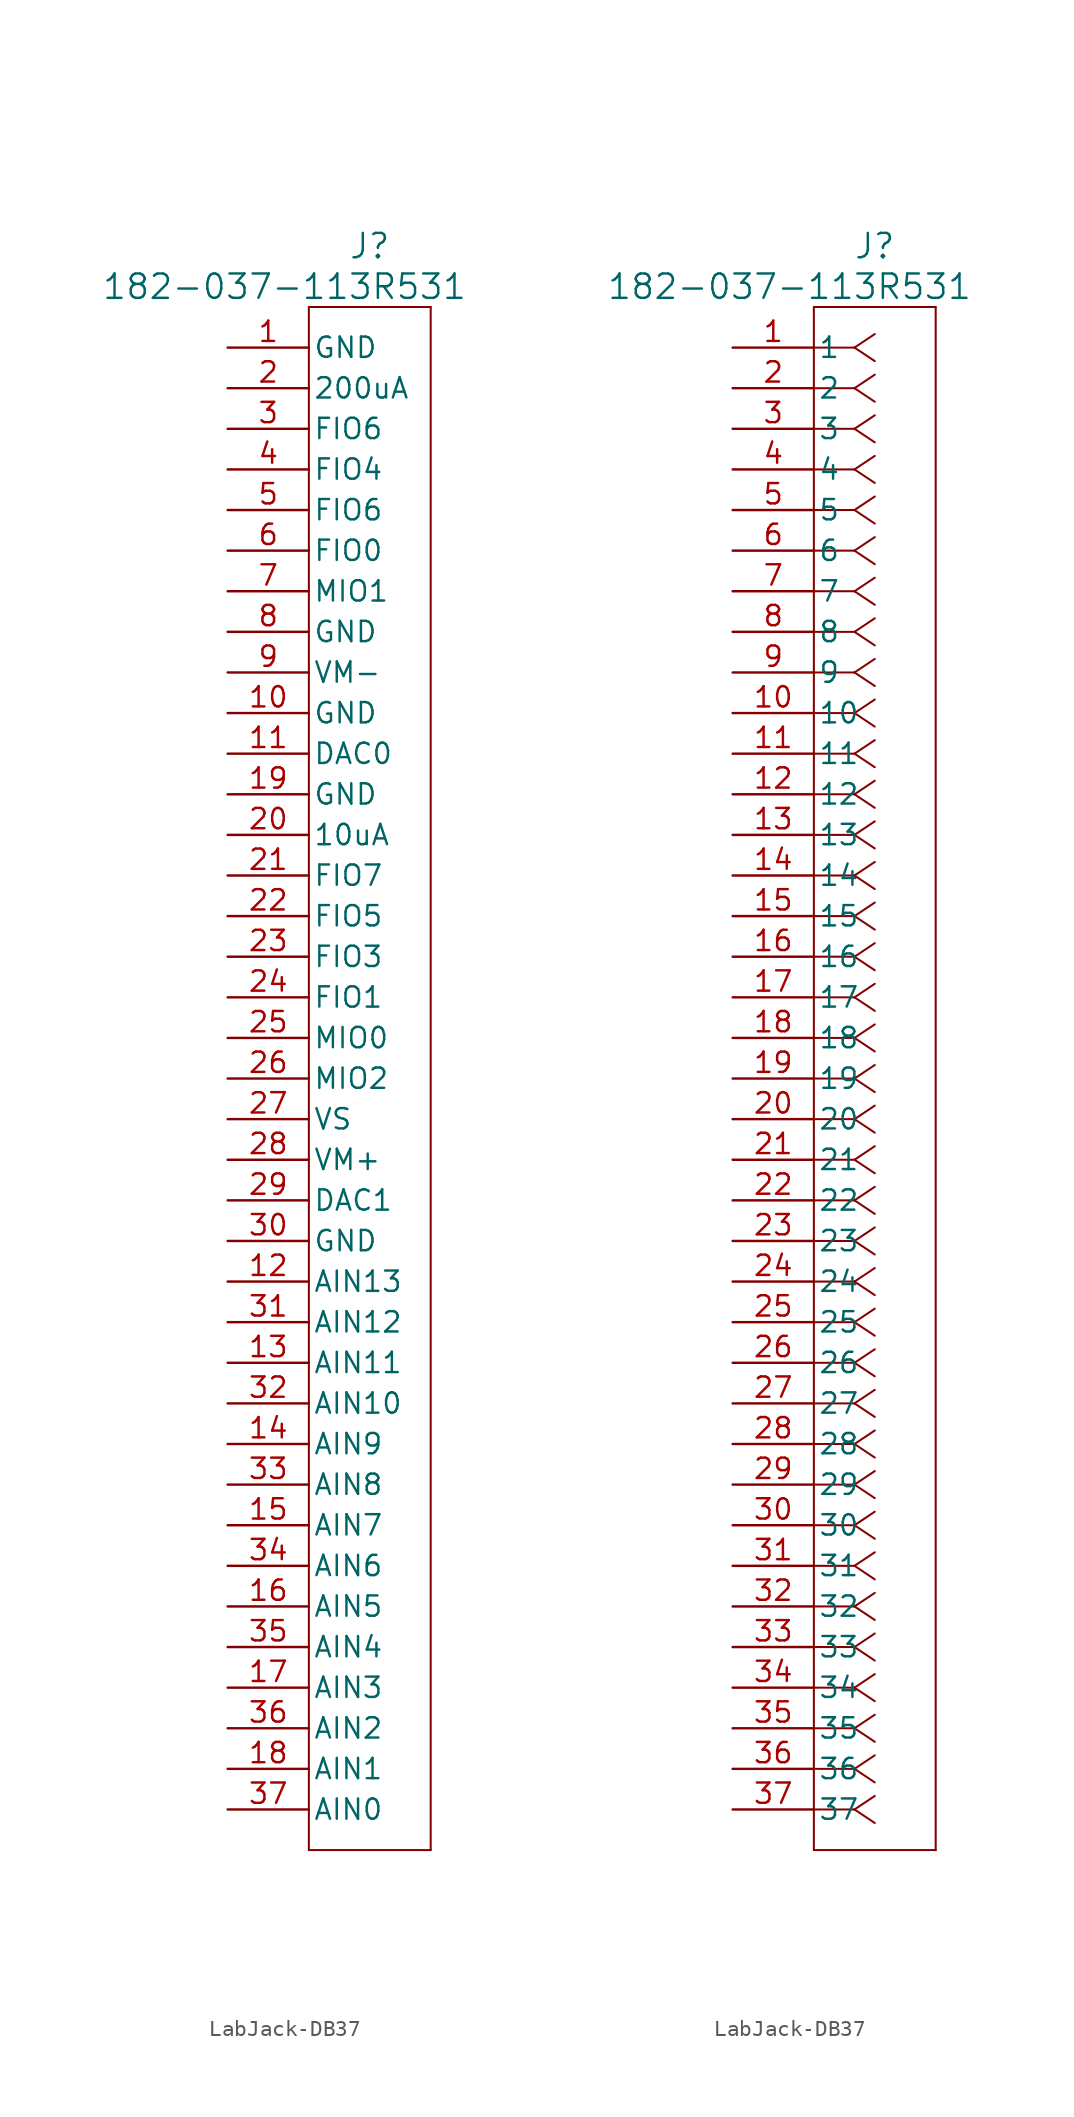
<source format=kicad_sym>
(kicad_symbol_lib
  (version 20241209)
  (generator "kicad_symbol_editor")
  (generator_version "9.0")
  (symbol "LabJack-DB37"
    (pin_names
      (offset 0.254))
    (property "Reference" "J"
      (at 8.89 6.35 0)
      (effects (font (size 1.524 1.524))))
    (property "Value" "182-037-113R531"
      (at 3.556 3.81 0)
      (effects (font (size 1.524 1.524))))
    (property "ki_locked" ""
      (at 0 0 0)
      (effects (font (size 1.27 1.27))))
    (symbol "LabJack-DB37_1_1"
      (polyline (pts (xy 5.08 2.54) (xy 5.08 -93.98)) (stroke (width 0.127) (type default)) (fill (type none)))
      (polyline (pts (xy 5.08 -93.98) (xy 12.7 -93.98)) (stroke (width 0.127) (type default)) (fill (type none)))
      (polyline (pts (xy 12.7 2.54) (xy 5.08 2.54)) (stroke (width 0.127) (type default)) (fill (type none)))
      (polyline (pts (xy 12.7 -93.98) (xy 12.7 2.54)) (stroke (width 0.127) (type default)) (fill (type none)))
      (pin unspecified line (at 0 0 0) (length 5.08) (name "GND" (effects (font (size 1.27 1.27)))) (number "1" (effects (font (size 1.27 1.27)))))
      (pin unspecified line (at 0 -2.54 0) (length 5.08) (name "200uA" (effects (font (size 1.27 1.27)))) (number "2" (effects (font (size 1.27 1.27)))))
      (pin unspecified line (at 0 -5.08 0) (length 5.08) (name "FIO6" (effects (font (size 1.27 1.27)))) (number "3" (effects (font (size 1.27 1.27)))))
      (pin unspecified line (at 0 -7.62 0) (length 5.08) (name "FIO4" (effects (font (size 1.27 1.27)))) (number "4" (effects (font (size 1.27 1.27)))))
      (pin unspecified line (at 0 -10.16 0) (length 5.08) (name "FIO6" (effects (font (size 1.27 1.27)))) (number "5" (effects (font (size 1.27 1.27)))))
      (pin unspecified line (at 0 -12.7 0) (length 5.08) (name "FIO0" (effects (font (size 1.27 1.27)))) (number "6" (effects (font (size 1.27 1.27)))))
      (pin unspecified line (at 0 -15.24 0) (length 5.08) (name "MIO1" (effects (font (size 1.27 1.27)))) (number "7" (effects (font (size 1.27 1.27)))))
      (pin unspecified line (at 0 -17.78 0) (length 5.08) (name "GND" (effects (font (size 1.27 1.27)))) (number "8" (effects (font (size 1.27 1.27)))))
      (pin unspecified line (at 0 -20.32 0) (length 5.08) (name "VM-" (effects (font (size 1.27 1.27)))) (number "9" (effects (font (size 1.27 1.27)))))
      (pin unspecified line (at 0 -22.86 0) (length 5.08) (name "GND" (effects (font (size 1.27 1.27)))) (number "10" (effects (font (size 1.27 1.27)))))
      (pin unspecified line (at 0 -25.4 0) (length 5.08) (name "DAC0" (effects (font (size 1.27 1.27)))) (number "11" (effects (font (size 1.27 1.27)))))
      (pin unspecified line (at 0 -27.94 0) (length 5.08) (name "GND" (effects (font (size 1.27 1.27)))) (number "19" (effects (font (size 1.27 1.27)))))
      (pin unspecified line (at 0 -30.48 0) (length 5.08) (name "10uA" (effects (font (size 1.27 1.27)))) (number "20" (effects (font (size 1.27 1.27)))))
      (pin unspecified line (at 0 -33.02 0) (length 5.08) (name "FIO7" (effects (font (size 1.27 1.27)))) (number "21" (effects (font (size 1.27 1.27)))))
      (pin unspecified line (at 0 -35.56 0) (length 5.08) (name "FIO5" (effects (font (size 1.27 1.27)))) (number "22" (effects (font (size 1.27 1.27)))))
      (pin unspecified line (at 0 -38.1 0) (length 5.08) (name "FIO3" (effects (font (size 1.27 1.27)))) (number "23" (effects (font (size 1.27 1.27)))))
      (pin unspecified line (at 0 -40.64 0) (length 5.08) (name "FIO1" (effects (font (size 1.27 1.27)))) (number "24" (effects (font (size 1.27 1.27)))))
      (pin unspecified line (at 0 -43.18 0) (length 5.08) (name "MIO0" (effects (font (size 1.27 1.27)))) (number "25" (effects (font (size 1.27 1.27)))))
      (pin unspecified line (at 0 -45.72 0) (length 5.08) (name "MIO2" (effects (font (size 1.27 1.27)))) (number "26" (effects (font (size 1.27 1.27)))))
      (pin unspecified line (at 0 -48.26 0) (length 5.08) (name "VS" (effects (font (size 1.27 1.27)))) (number "27" (effects (font (size 1.27 1.27)))))
      (pin unspecified line (at 0 -50.8 0) (length 5.08) (name "VM+" (effects (font (size 1.27 1.27)))) (number "28" (effects (font (size 1.27 1.27)))))
      (pin unspecified line (at 0 -53.34 0) (length 5.08) (name "DAC1" (effects (font (size 1.27 1.27)))) (number "29" (effects (font (size 1.27 1.27)))))
      (pin unspecified line (at 0 -55.88 0) (length 5.08) (name "GND" (effects (font (size 1.27 1.27)))) (number "30" (effects (font (size 1.27 1.27)))))
      (pin unspecified line (at 0 -58.42 0) (length 5.08) (name "AIN13" (effects (font (size 1.27 1.27)))) (number "12" (effects (font (size 1.27 1.27)))))
      (pin unspecified line (at 0 -60.96 0) (length 5.08) (name "AIN12" (effects (font (size 1.27 1.27)))) (number "31" (effects (font (size 1.27 1.27)))))
      (pin unspecified line (at 0 -63.5 0) (length 5.08) (name "AIN11" (effects (font (size 1.27 1.27)))) (number "13" (effects (font (size 1.27 1.27)))))
      (pin unspecified line (at 0 -66.04 0) (length 5.08) (name "AIN10" (effects (font (size 1.27 1.27)))) (number "32" (effects (font (size 1.27 1.27)))))
      (pin unspecified line (at 0 -68.58 0) (length 5.08) (name "AIN9" (effects (font (size 1.27 1.27)))) (number "14" (effects (font (size 1.27 1.27)))))
      (pin unspecified line (at 0 -71.12 0) (length 5.08) (name "AIN8" (effects (font (size 1.27 1.27)))) (number "33" (effects (font (size 1.27 1.27)))))
      (pin unspecified line (at 0 -73.66 0) (length 5.08) (name "AIN7" (effects (font (size 1.27 1.27)))) (number "15" (effects (font (size 1.27 1.27)))))
      (pin unspecified line (at 0 -76.2 0) (length 5.08) (name "AIN6" (effects (font (size 1.27 1.27)))) (number "34" (effects (font (size 1.27 1.27)))))
      (pin unspecified line (at 0 -78.74 0) (length 5.08) (name "AIN5" (effects (font (size 1.27 1.27)))) (number "16" (effects (font (size 1.27 1.27)))))
      (pin unspecified line (at 0 -81.28 0) (length 5.08) (name "AIN4" (effects (font (size 1.27 1.27)))) (number "35" (effects (font (size 1.27 1.27)))))
      (pin unspecified line (at 0 -83.82 0) (length 5.08) (name "AIN3" (effects (font (size 1.27 1.27)))) (number "17" (effects (font (size 1.27 1.27)))))
      (pin unspecified line (at 0 -86.36 0) (length 5.08) (name "AIN2" (effects (font (size 1.27 1.27)))) (number "36" (effects (font (size 1.27 1.27)))))
      (pin unspecified line (at 0 -88.9 0) (length 5.08) (name "AIN1" (effects (font (size 1.27 1.27)))) (number "18" (effects (font (size 1.27 1.27)))))
      (pin unspecified line (at 0 -91.44 0) (length 5.08) (name "AIN0" (effects (font (size 1.27 1.27)))) (number "37" (effects (font (size 1.27 1.27))))))
    (symbol "LabJack-DB37_1_2"
      (polyline (pts (xy 5.08 2.54) (xy 5.08 -93.98)) (stroke (width 0.127) (type default)) (fill (type none)))
      (polyline (pts (xy 5.08 -93.98) (xy 12.7 -93.98)) (stroke (width 0.127) (type default)) (fill (type none)))
      (polyline (pts (xy 7.62 0) (xy 5.08 0)) (stroke (width 0.127) (type default)) (fill (type none)))
      (polyline (pts (xy 7.62 0) (xy 8.89 0.847)) (stroke (width 0.127) (type default)) (fill (type none)))
      (polyline (pts (xy 7.62 0) (xy 8.89 -0.847)) (stroke (width 0.127) (type default)) (fill (type none)))
      (polyline (pts (xy 7.62 -2.54) (xy 5.08 -2.54)) (stroke (width 0.127) (type default)) (fill (type none)))
      (polyline (pts (xy 7.62 -2.54) (xy 8.89 -1.693)) (stroke (width 0.127) (type default)) (fill (type none)))
      (polyline (pts (xy 7.62 -2.54) (xy 8.89 -3.387)) (stroke (width 0.127) (type default)) (fill (type none)))
      (polyline (pts (xy 7.62 -5.08) (xy 5.08 -5.08)) (stroke (width 0.127) (type default)) (fill (type none)))
      (polyline (pts (xy 7.62 -5.08) (xy 8.89 -4.233)) (stroke (width 0.127) (type default)) (fill (type none)))
      (polyline (pts (xy 7.62 -5.08) (xy 8.89 -5.927)) (stroke (width 0.127) (type default)) (fill (type none)))
      (polyline (pts (xy 7.62 -7.62) (xy 5.08 -7.62)) (stroke (width 0.127) (type default)) (fill (type none)))
      (polyline (pts (xy 7.62 -7.62) (xy 8.89 -6.773)) (stroke (width 0.127) (type default)) (fill (type none)))
      (polyline (pts (xy 7.62 -7.62) (xy 8.89 -8.467)) (stroke (width 0.127) (type default)) (fill (type none)))
      (polyline (pts (xy 7.62 -10.16) (xy 5.08 -10.16)) (stroke (width 0.127) (type default)) (fill (type none)))
      (polyline (pts (xy 7.62 -10.16) (xy 8.89 -9.313)) (stroke (width 0.127) (type default)) (fill (type none)))
      (polyline (pts (xy 7.62 -10.16) (xy 8.89 -11.007)) (stroke (width 0.127) (type default)) (fill (type none)))
      (polyline (pts (xy 7.62 -12.7) (xy 5.08 -12.7)) (stroke (width 0.127) (type default)) (fill (type none)))
      (polyline (pts (xy 7.62 -12.7) (xy 8.89 -11.853)) (stroke (width 0.127) (type default)) (fill (type none)))
      (polyline (pts (xy 7.62 -12.7) (xy 8.89 -13.547)) (stroke (width 0.127) (type default)) (fill (type none)))
      (polyline (pts (xy 7.62 -15.24) (xy 5.08 -15.24)) (stroke (width 0.127) (type default)) (fill (type none)))
      (polyline (pts (xy 7.62 -15.24) (xy 8.89 -14.393)) (stroke (width 0.127) (type default)) (fill (type none)))
      (polyline (pts (xy 7.62 -15.24) (xy 8.89 -16.087)) (stroke (width 0.127) (type default)) (fill (type none)))
      (polyline (pts (xy 7.62 -17.78) (xy 5.08 -17.78)) (stroke (width 0.127) (type default)) (fill (type none)))
      (polyline (pts (xy 7.62 -17.78) (xy 8.89 -16.933)) (stroke (width 0.127) (type default)) (fill (type none)))
      (polyline (pts (xy 7.62 -17.78) (xy 8.89 -18.627)) (stroke (width 0.127) (type default)) (fill (type none)))
      (polyline (pts (xy 7.62 -20.32) (xy 5.08 -20.32)) (stroke (width 0.127) (type default)) (fill (type none)))
      (polyline (pts (xy 7.62 -20.32) (xy 8.89 -19.473)) (stroke (width 0.127) (type default)) (fill (type none)))
      (polyline (pts (xy 7.62 -20.32) (xy 8.89 -21.167)) (stroke (width 0.127) (type default)) (fill (type none)))
      (polyline (pts (xy 7.62 -22.86) (xy 5.08 -22.86)) (stroke (width 0.127) (type default)) (fill (type none)))
      (polyline (pts (xy 7.62 -22.86) (xy 8.89 -22.013)) (stroke (width 0.127) (type default)) (fill (type none)))
      (polyline (pts (xy 7.62 -22.86) (xy 8.89 -23.707)) (stroke (width 0.127) (type default)) (fill (type none)))
      (polyline (pts (xy 7.62 -25.4) (xy 5.08 -25.4)) (stroke (width 0.127) (type default)) (fill (type none)))
      (polyline (pts (xy 7.62 -25.4) (xy 8.89 -24.553)) (stroke (width 0.127) (type default)) (fill (type none)))
      (polyline (pts (xy 7.62 -25.4) (xy 8.89 -26.247)) (stroke (width 0.127) (type default)) (fill (type none)))
      (polyline (pts (xy 7.62 -27.94) (xy 5.08 -27.94)) (stroke (width 0.127) (type default)) (fill (type none)))
      (polyline (pts (xy 7.62 -27.94) (xy 8.89 -27.093)) (stroke (width 0.127) (type default)) (fill (type none)))
      (polyline (pts (xy 7.62 -27.94) (xy 8.89 -28.787)) (stroke (width 0.127) (type default)) (fill (type none)))
      (polyline (pts (xy 7.62 -30.48) (xy 5.08 -30.48)) (stroke (width 0.127) (type default)) (fill (type none)))
      (polyline (pts (xy 7.62 -30.48) (xy 8.89 -29.633)) (stroke (width 0.127) (type default)) (fill (type none)))
      (polyline (pts (xy 7.62 -30.48) (xy 8.89 -31.327)) (stroke (width 0.127) (type default)) (fill (type none)))
      (polyline (pts (xy 7.62 -33.02) (xy 5.08 -33.02)) (stroke (width 0.127) (type default)) (fill (type none)))
      (polyline (pts (xy 7.62 -33.02) (xy 8.89 -32.173)) (stroke (width 0.127) (type default)) (fill (type none)))
      (polyline (pts (xy 7.62 -33.02) (xy 8.89 -33.867)) (stroke (width 0.127) (type default)) (fill (type none)))
      (polyline (pts (xy 7.62 -35.56) (xy 5.08 -35.56)) (stroke (width 0.127) (type default)) (fill (type none)))
      (polyline (pts (xy 7.62 -35.56) (xy 8.89 -34.713)) (stroke (width 0.127) (type default)) (fill (type none)))
      (polyline (pts (xy 7.62 -35.56) (xy 8.89 -36.407)) (stroke (width 0.127) (type default)) (fill (type none)))
      (polyline (pts (xy 7.62 -38.1) (xy 5.08 -38.1)) (stroke (width 0.127) (type default)) (fill (type none)))
      (polyline (pts (xy 7.62 -38.1) (xy 8.89 -37.253)) (stroke (width 0.127) (type default)) (fill (type none)))
      (polyline (pts (xy 7.62 -38.1) (xy 8.89 -38.947)) (stroke (width 0.127) (type default)) (fill (type none)))
      (polyline (pts (xy 7.62 -40.64) (xy 5.08 -40.64)) (stroke (width 0.127) (type default)) (fill (type none)))
      (polyline (pts (xy 7.62 -40.64) (xy 8.89 -39.793)) (stroke (width 0.127) (type default)) (fill (type none)))
      (polyline (pts (xy 7.62 -40.64) (xy 8.89 -41.487)) (stroke (width 0.127) (type default)) (fill (type none)))
      (polyline (pts (xy 7.62 -43.18) (xy 5.08 -43.18)) (stroke (width 0.127) (type default)) (fill (type none)))
      (polyline (pts (xy 7.62 -43.18) (xy 8.89 -42.333)) (stroke (width 0.127) (type default)) (fill (type none)))
      (polyline (pts (xy 7.62 -43.18) (xy 8.89 -44.027)) (stroke (width 0.127) (type default)) (fill (type none)))
      (polyline (pts (xy 7.62 -45.72) (xy 5.08 -45.72)) (stroke (width 0.127) (type default)) (fill (type none)))
      (polyline (pts (xy 7.62 -45.72) (xy 8.89 -44.873)) (stroke (width 0.127) (type default)) (fill (type none)))
      (polyline (pts (xy 7.62 -45.72) (xy 8.89 -46.567)) (stroke (width 0.127) (type default)) (fill (type none)))
      (polyline (pts (xy 7.62 -48.26) (xy 5.08 -48.26)) (stroke (width 0.127) (type default)) (fill (type none)))
      (polyline (pts (xy 7.62 -48.26) (xy 8.89 -47.413)) (stroke (width 0.127) (type default)) (fill (type none)))
      (polyline (pts (xy 7.62 -48.26) (xy 8.89 -49.107)) (stroke (width 0.127) (type default)) (fill (type none)))
      (polyline (pts (xy 7.62 -50.8) (xy 5.08 -50.8)) (stroke (width 0.127) (type default)) (fill (type none)))
      (polyline (pts (xy 7.62 -50.8) (xy 8.89 -49.953)) (stroke (width 0.127) (type default)) (fill (type none)))
      (polyline (pts (xy 7.62 -50.8) (xy 8.89 -51.647)) (stroke (width 0.127) (type default)) (fill (type none)))
      (polyline (pts (xy 7.62 -53.34) (xy 5.08 -53.34)) (stroke (width 0.127) (type default)) (fill (type none)))
      (polyline (pts (xy 7.62 -53.34) (xy 8.89 -52.493)) (stroke (width 0.127) (type default)) (fill (type none)))
      (polyline (pts (xy 7.62 -53.34) (xy 8.89 -54.187)) (stroke (width 0.127) (type default)) (fill (type none)))
      (polyline (pts (xy 7.62 -55.88) (xy 5.08 -55.88)) (stroke (width 0.127) (type default)) (fill (type none)))
      (polyline (pts (xy 7.62 -55.88) (xy 8.89 -55.033)) (stroke (width 0.127) (type default)) (fill (type none)))
      (polyline (pts (xy 7.62 -55.88) (xy 8.89 -56.727)) (stroke (width 0.127) (type default)) (fill (type none)))
      (polyline (pts (xy 7.62 -58.42) (xy 5.08 -58.42)) (stroke (width 0.127) (type default)) (fill (type none)))
      (polyline (pts (xy 7.62 -58.42) (xy 8.89 -57.573)) (stroke (width 0.127) (type default)) (fill (type none)))
      (polyline (pts (xy 7.62 -58.42) (xy 8.89 -59.267)) (stroke (width 0.127) (type default)) (fill (type none)))
      (polyline (pts (xy 7.62 -60.96) (xy 5.08 -60.96)) (stroke (width 0.127) (type default)) (fill (type none)))
      (polyline (pts (xy 7.62 -60.96) (xy 8.89 -60.113)) (stroke (width 0.127) (type default)) (fill (type none)))
      (polyline (pts (xy 7.62 -60.96) (xy 8.89 -61.807)) (stroke (width 0.127) (type default)) (fill (type none)))
      (polyline (pts (xy 7.62 -63.5) (xy 5.08 -63.5)) (stroke (width 0.127) (type default)) (fill (type none)))
      (polyline (pts (xy 7.62 -63.5) (xy 8.89 -62.653)) (stroke (width 0.127) (type default)) (fill (type none)))
      (polyline (pts (xy 7.62 -63.5) (xy 8.89 -64.347)) (stroke (width 0.127) (type default)) (fill (type none)))
      (polyline (pts (xy 7.62 -66.04) (xy 5.08 -66.04)) (stroke (width 0.127) (type default)) (fill (type none)))
      (polyline (pts (xy 7.62 -66.04) (xy 8.89 -65.193)) (stroke (width 0.127) (type default)) (fill (type none)))
      (polyline (pts (xy 7.62 -66.04) (xy 8.89 -66.887)) (stroke (width 0.127) (type default)) (fill (type none)))
      (polyline (pts (xy 7.62 -68.58) (xy 5.08 -68.58)) (stroke (width 0.127) (type default)) (fill (type none)))
      (polyline (pts (xy 7.62 -68.58) (xy 8.89 -67.733)) (stroke (width 0.127) (type default)) (fill (type none)))
      (polyline (pts (xy 7.62 -68.58) (xy 8.89 -69.427)) (stroke (width 0.127) (type default)) (fill (type none)))
      (polyline (pts (xy 7.62 -71.12) (xy 5.08 -71.12)) (stroke (width 0.127) (type default)) (fill (type none)))
      (polyline (pts (xy 7.62 -71.12) (xy 8.89 -70.273)) (stroke (width 0.127) (type default)) (fill (type none)))
      (polyline (pts (xy 7.62 -71.12) (xy 8.89 -71.967)) (stroke (width 0.127) (type default)) (fill (type none)))
      (polyline (pts (xy 7.62 -73.66) (xy 5.08 -73.66)) (stroke (width 0.127) (type default)) (fill (type none)))
      (polyline (pts (xy 7.62 -73.66) (xy 8.89 -72.813)) (stroke (width 0.127) (type default)) (fill (type none)))
      (polyline (pts (xy 7.62 -73.66) (xy 8.89 -74.507)) (stroke (width 0.127) (type default)) (fill (type none)))
      (polyline (pts (xy 7.62 -76.2) (xy 5.08 -76.2)) (stroke (width 0.127) (type default)) (fill (type none)))
      (polyline (pts (xy 7.62 -76.2) (xy 8.89 -75.353)) (stroke (width 0.127) (type default)) (fill (type none)))
      (polyline (pts (xy 7.62 -76.2) (xy 8.89 -77.047)) (stroke (width 0.127) (type default)) (fill (type none)))
      (polyline (pts (xy 7.62 -78.74) (xy 5.08 -78.74)) (stroke (width 0.127) (type default)) (fill (type none)))
      (polyline (pts (xy 7.62 -78.74) (xy 8.89 -77.893)) (stroke (width 0.127) (type default)) (fill (type none)))
      (polyline (pts (xy 7.62 -78.74) (xy 8.89 -79.587)) (stroke (width 0.127) (type default)) (fill (type none)))
      (polyline (pts (xy 7.62 -81.28) (xy 5.08 -81.28)) (stroke (width 0.127) (type default)) (fill (type none)))
      (polyline (pts (xy 7.62 -81.28) (xy 8.89 -80.433)) (stroke (width 0.127) (type default)) (fill (type none)))
      (polyline (pts (xy 7.62 -81.28) (xy 8.89 -82.127)) (stroke (width 0.127) (type default)) (fill (type none)))
      (polyline (pts (xy 7.62 -83.82) (xy 5.08 -83.82)) (stroke (width 0.127) (type default)) (fill (type none)))
      (polyline (pts (xy 7.62 -83.82) (xy 8.89 -82.973)) (stroke (width 0.127) (type default)) (fill (type none)))
      (polyline (pts (xy 7.62 -83.82) (xy 8.89 -84.667)) (stroke (width 0.127) (type default)) (fill (type none)))
      (polyline (pts (xy 7.62 -86.36) (xy 5.08 -86.36)) (stroke (width 0.127) (type default)) (fill (type none)))
      (polyline (pts (xy 7.62 -86.36) (xy 8.89 -85.513)) (stroke (width 0.127) (type default)) (fill (type none)))
      (polyline (pts (xy 7.62 -86.36) (xy 8.89 -87.207)) (stroke (width 0.127) (type default)) (fill (type none)))
      (polyline (pts (xy 7.62 -88.9) (xy 5.08 -88.9)) (stroke (width 0.127) (type default)) (fill (type none)))
      (polyline (pts (xy 7.62 -88.9) (xy 8.89 -88.053)) (stroke (width 0.127) (type default)) (fill (type none)))
      (polyline (pts (xy 7.62 -88.9) (xy 8.89 -89.747)) (stroke (width 0.127) (type default)) (fill (type none)))
      (polyline (pts (xy 7.62 -91.44) (xy 5.08 -91.44)) (stroke (width 0.127) (type default)) (fill (type none)))
      (polyline (pts (xy 7.62 -91.44) (xy 8.89 -90.593)) (stroke (width 0.127) (type default)) (fill (type none)))
      (polyline (pts (xy 7.62 -91.44) (xy 8.89 -92.287)) (stroke (width 0.127) (type default)) (fill (type none)))
      (polyline (pts (xy 12.7 2.54) (xy 5.08 2.54)) (stroke (width 0.127) (type default)) (fill (type none)))
      (polyline (pts (xy 12.7 -93.98) (xy 12.7 2.54)) (stroke (width 0.127) (type default)) (fill (type none)))
      (pin unspecified line (at 0 0 0) (length 5.08) (name "1" (effects (font (size 1.27 1.27)))) (number "1" (effects (font (size 1.27 1.27)))))
      (pin unspecified line (at 0 -2.54 0) (length 5.08) (name "2" (effects (font (size 1.27 1.27)))) (number "2" (effects (font (size 1.27 1.27)))))
      (pin unspecified line (at 0 -5.08 0) (length 5.08) (name "3" (effects (font (size 1.27 1.27)))) (number "3" (effects (font (size 1.27 1.27)))))
      (pin unspecified line (at 0 -7.62 0) (length 5.08) (name "4" (effects (font (size 1.27 1.27)))) (number "4" (effects (font (size 1.27 1.27)))))
      (pin unspecified line (at 0 -10.16 0) (length 5.08) (name "5" (effects (font (size 1.27 1.27)))) (number "5" (effects (font (size 1.27 1.27)))))
      (pin unspecified line (at 0 -12.7 0) (length 5.08) (name "6" (effects (font (size 1.27 1.27)))) (number "6" (effects (font (size 1.27 1.27)))))
      (pin unspecified line (at 0 -15.24 0) (length 5.08) (name "7" (effects (font (size 1.27 1.27)))) (number "7" (effects (font (size 1.27 1.27)))))
      (pin unspecified line (at 0 -17.78 0) (length 5.08) (name "8" (effects (font (size 1.27 1.27)))) (number "8" (effects (font (size 1.27 1.27)))))
      (pin unspecified line (at 0 -20.32 0) (length 5.08) (name "9" (effects (font (size 1.27 1.27)))) (number "9" (effects (font (size 1.27 1.27)))))
      (pin unspecified line (at 0 -22.86 0) (length 5.08) (name "10" (effects (font (size 1.27 1.27)))) (number "10" (effects (font (size 1.27 1.27)))))
      (pin unspecified line (at 0 -25.4 0) (length 5.08) (name "11" (effects (font (size 1.27 1.27)))) (number "11" (effects (font (size 1.27 1.27)))))
      (pin unspecified line (at 0 -27.94 0) (length 5.08) (name "12" (effects (font (size 1.27 1.27)))) (number "12" (effects (font (size 1.27 1.27)))))
      (pin unspecified line (at 0 -30.48 0) (length 5.08) (name "13" (effects (font (size 1.27 1.27)))) (number "13" (effects (font (size 1.27 1.27)))))
      (pin unspecified line (at 0 -33.02 0) (length 5.08) (name "14" (effects (font (size 1.27 1.27)))) (number "14" (effects (font (size 1.27 1.27)))))
      (pin unspecified line (at 0 -35.56 0) (length 5.08) (name "15" (effects (font (size 1.27 1.27)))) (number "15" (effects (font (size 1.27 1.27)))))
      (pin unspecified line (at 0 -38.1 0) (length 5.08) (name "16" (effects (font (size 1.27 1.27)))) (number "16" (effects (font (size 1.27 1.27)))))
      (pin unspecified line (at 0 -40.64 0) (length 5.08) (name "17" (effects (font (size 1.27 1.27)))) (number "17" (effects (font (size 1.27 1.27)))))
      (pin unspecified line (at 0 -43.18 0) (length 5.08) (name "18" (effects (font (size 1.27 1.27)))) (number "18" (effects (font (size 1.27 1.27)))))
      (pin unspecified line (at 0 -45.72 0) (length 5.08) (name "19" (effects (font (size 1.27 1.27)))) (number "19" (effects (font (size 1.27 1.27)))))
      (pin unspecified line (at 0 -48.26 0) (length 5.08) (name "20" (effects (font (size 1.27 1.27)))) (number "20" (effects (font (size 1.27 1.27)))))
      (pin unspecified line (at 0 -50.8 0) (length 5.08) (name "21" (effects (font (size 1.27 1.27)))) (number "21" (effects (font (size 1.27 1.27)))))
      (pin unspecified line (at 0 -53.34 0) (length 5.08) (name "22" (effects (font (size 1.27 1.27)))) (number "22" (effects (font (size 1.27 1.27)))))
      (pin unspecified line (at 0 -55.88 0) (length 5.08) (name "23" (effects (font (size 1.27 1.27)))) (number "23" (effects (font (size 1.27 1.27)))))
      (pin unspecified line (at 0 -58.42 0) (length 5.08) (name "24" (effects (font (size 1.27 1.27)))) (number "24" (effects (font (size 1.27 1.27)))))
      (pin unspecified line (at 0 -60.96 0) (length 5.08) (name "25" (effects (font (size 1.27 1.27)))) (number "25" (effects (font (size 1.27 1.27)))))
      (pin unspecified line (at 0 -63.5 0) (length 5.08) (name "26" (effects (font (size 1.27 1.27)))) (number "26" (effects (font (size 1.27 1.27)))))
      (pin unspecified line (at 0 -66.04 0) (length 5.08) (name "27" (effects (font (size 1.27 1.27)))) (number "27" (effects (font (size 1.27 1.27)))))
      (pin unspecified line (at 0 -68.58 0) (length 5.08) (name "28" (effects (font (size 1.27 1.27)))) (number "28" (effects (font (size 1.27 1.27)))))
      (pin unspecified line (at 0 -71.12 0) (length 5.08) (name "29" (effects (font (size 1.27 1.27)))) (number "29" (effects (font (size 1.27 1.27)))))
      (pin unspecified line (at 0 -73.66 0) (length 5.08) (name "30" (effects (font (size 1.27 1.27)))) (number "30" (effects (font (size 1.27 1.27)))))
      (pin unspecified line (at 0 -76.2 0) (length 5.08) (name "31" (effects (font (size 1.27 1.27)))) (number "31" (effects (font (size 1.27 1.27)))))
      (pin unspecified line (at 0 -78.74 0) (length 5.08) (name "32" (effects (font (size 1.27 1.27)))) (number "32" (effects (font (size 1.27 1.27)))))
      (pin unspecified line (at 0 -81.28 0) (length 5.08) (name "33" (effects (font (size 1.27 1.27)))) (number "33" (effects (font (size 1.27 1.27)))))
      (pin unspecified line (at 0 -83.82 0) (length 5.08) (name "34" (effects (font (size 1.27 1.27)))) (number "34" (effects (font (size 1.27 1.27)))))
      (pin unspecified line (at 0 -86.36 0) (length 5.08) (name "35" (effects (font (size 1.27 1.27)))) (number "35" (effects (font (size 1.27 1.27)))))
      (pin unspecified line (at 0 -88.9 0) (length 5.08) (name "36" (effects (font (size 1.27 1.27)))) (number "36" (effects (font (size 1.27 1.27)))))
      (pin unspecified line (at 0 -91.44 0) (length 5.08) (name "37" (effects (font (size 1.27 1.27)))) (number "37" (effects (font (size 1.27 1.27))))))))
</source>
